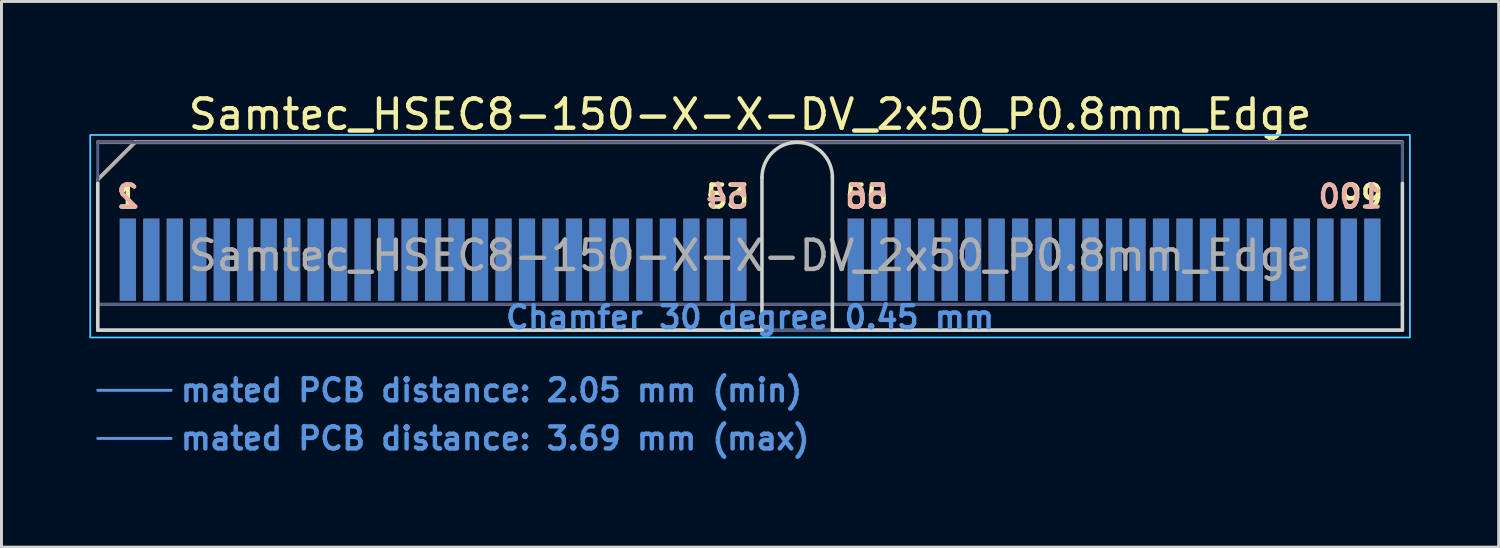
<source format=kicad_pcb>
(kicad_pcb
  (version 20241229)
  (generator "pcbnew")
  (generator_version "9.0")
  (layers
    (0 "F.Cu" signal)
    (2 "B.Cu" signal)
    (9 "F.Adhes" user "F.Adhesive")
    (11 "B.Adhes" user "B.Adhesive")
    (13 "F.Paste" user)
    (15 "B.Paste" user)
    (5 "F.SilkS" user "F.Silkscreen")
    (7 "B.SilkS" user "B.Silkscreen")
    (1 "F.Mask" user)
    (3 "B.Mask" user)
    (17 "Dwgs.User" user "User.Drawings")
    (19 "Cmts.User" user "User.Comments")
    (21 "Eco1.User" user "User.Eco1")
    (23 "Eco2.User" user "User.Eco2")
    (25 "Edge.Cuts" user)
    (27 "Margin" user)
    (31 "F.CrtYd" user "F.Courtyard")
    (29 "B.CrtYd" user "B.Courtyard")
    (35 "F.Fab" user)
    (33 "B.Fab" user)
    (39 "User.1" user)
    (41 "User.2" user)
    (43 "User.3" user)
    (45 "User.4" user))
  (footprint "Samtec_HSEC8-150-X-X-DV_2x50_P0.8mm_Edge"
    (layer "F.Cu")
    (at 22.505 8.198)
    (property "Reference" "Samtec_HSEC8-150-X-X-DV_2x50_P0.8mm_Edge" (at 0 -7.35 0) (layer "F.SilkS") (effects (font (size 1 1) (thickness 0.15))))
    (attr exclude_from_pos_files exclude_from_bom)
    (fp_line (start -22.225 -5.13) (end -20.955 -6.4) (stroke (width 0.12) (type solid)) (layer "F.SilkS"))
    (fp_line (start -20.955 -6.4) (end 22.225 -6.4) (stroke (width 0.12) (type solid)) (layer "F.SilkS"))
    (fp_line (start -22.225 -6.4) (end -22.225 -6.4) (stroke (width 0.12) (type solid)) (layer "B.SilkS"))
    (fp_line (start -22.225 -6.4) (end 22.225 -6.4) (stroke (width 0.12) (type solid)) (layer "B.SilkS"))
    (fp_line (start -22.225 2.05) (end -19.725 2.05) (stroke (width 0.1) (type solid)) (layer "Cmts.User"))
    (fp_line (start -22.225 3.69) (end -19.725 3.69) (stroke (width 0.1) (type solid)) (layer "Cmts.User"))
    (fp_line (start -22.225 -5) (end -22.225 0) (stroke (width 0.12) (type solid)) (layer "Edge.Cuts"))
    (fp_line (start -22.225 0) (end 0.405 0) (stroke (width 0.12) (type solid)) (layer "Edge.Cuts"))
    (fp_line (start 0.405 0) (end 0.405 -5.2) (stroke (width 0.12) (type solid)) (layer "Edge.Cuts"))
    (fp_line (start 2.805 -5.2) (end 2.805 0) (stroke (width 0.12) (type solid)) (layer "Edge.Cuts"))
    (fp_line (start 2.805 0) (end 22.225 0) (stroke (width 0.12) (type solid)) (layer "Edge.Cuts"))
    (fp_line (start 22.225 0) (end 22.225 -5) (stroke (width 0.12) (type solid)) (layer "Edge.Cuts"))
    (fp_arc (start 0.405 -5.2) (mid 1.605 -6.4) (end 2.805 -5.2) (stroke (width 0.12) (type solid)) (layer "Edge.Cuts"))
    (fp_rect (start -22.48 -6.65) (end 22.48 0.25) (stroke (width 0.05) (type solid)) (fill no) (layer "B.CrtYd"))
    (fp_rect (start -22.48 -6.65) (end 22.48 0.25) (stroke (width 0.05) (type solid)) (fill no) (layer "F.CrtYd"))
    (fp_line (start -22.225 -6.4) (end -22.225 -6.4) (stroke (width 0.1) (type solid)) (layer "B.Fab"))
    (fp_line (start -22.225 -6.4) (end -22.225 0) (stroke (width 0.1) (type solid)) (layer "B.Fab"))
    (fp_line (start -22.225 -6.4) (end 22.225 -6.4) (stroke (width 0.1) (type solid)) (layer "B.Fab"))
    (fp_line (start -22.225 -0.88) (end 22.225 -0.88) (stroke (width 0.1) (type solid)) (layer "B.Fab"))
    (fp_line (start -22.225 0) (end 22.225 0) (stroke (width 0.1) (type solid)) (layer "B.Fab"))
    (fp_line (start 22.225 -6.4) (end 22.225 0) (stroke (width 0.1) (type solid)) (layer "B.Fab"))
    (fp_line (start -22.225 -5.13) (end -22.225 0) (stroke (width 0.1) (type solid)) (layer "F.Fab"))
    (fp_line (start -22.225 -5.13) (end -20.955 -6.4) (stroke (width 0.1) (type solid)) (layer "F.Fab"))
    (fp_line (start -22.225 -0.88) (end 22.225 -0.88) (stroke (width 0.1) (type solid)) (layer "F.Fab"))
    (fp_line (start -22.225 0) (end 22.225 0) (stroke (width 0.1) (type solid)) (layer "F.Fab"))
    (fp_line (start -20.955 -6.4) (end 22.225 -6.4) (stroke (width 0.1) (type solid)) (layer "F.Fab"))
    (fp_line (start 22.225 -6.4) (end 22.225 0) (stroke (width 0.1) (type solid)) (layer "F.Fab"))
    (fp_text user "55" (at 3.975 -4.55 0) (layer "F.SilkS") (effects (font (size 0.75 0.75) (thickness 0.15))))
    (fp_text user "99" (at 20.825 -4.55 0) (layer "F.SilkS") (effects (font (size 0.75 0.75) (thickness 0.15))))
    (fp_text user "1" (at -21.2 -4.55 0) (layer "F.SilkS") (effects (font (size 0.75 0.75) (thickness 0.15))))
    (fp_text user "53" (at -0.775 -4.55 0) (layer "F.SilkS") (effects (font (size 0.75 0.75) (thickness 0.15))))
    (fp_text user "54" (at -0.775 -4.55 0) (layer "B.SilkS") (effects (font (size 0.75 0.75) (thickness 0.15)) (justify mirror)))
    (fp_text user "2" (at -21.2 -4.55 0) (layer "B.SilkS") (effects (font (size 0.75 0.75) (thickness 0.15)) (justify mirror)))
    (fp_text user "56" (at 3.975 -4.55 0) (layer "B.SilkS") (effects (font (size 0.75 0.75) (thickness 0.15)) (justify mirror)))
    (fp_text user "100" (at 20.45 -4.55 0) (layer "B.SilkS") (effects (font (size 0.75 0.75) (thickness 0.15)) (justify mirror)))
    (fp_text user "mated PCB distance: 2.05 mm (min)" (at -19.48 2.05 0) (layer "Cmts.User") (effects (font (size 0.75 0.75) (thickness 0.15)) (justify left)))
    (fp_text user "mated PCB distance: 3.69 mm (max)" (at -19.48 3.69 0) (layer "Cmts.User") (effects (font (size 0.75 0.75) (thickness 0.15)) (justify left)))
    (fp_text user "Chamfer 30 degree 0.45 mm" (at 0 -0.44 0) (layer "Cmts.User") (effects (font (size 0.75 0.75) (thickness 0.15))))
    (fp_text user "${REFERENCE}" (at 0 -2.54 0) (layer "F.Fab") (effects (font (size 1 1) (thickness 0.15))))
    (pad "1" connect rect (at -21.2 -2.4) (size 0.55 2.8) (layers "F.Cu" "F.Mask"))
    (pad "2" connect rect (at -21.2 -2.4) (size 0.55 2.8) (layers "B.Cu" "B.Mask"))
    (pad "3" connect rect (at -20.4 -2.4) (size 0.55 2.8) (layers "F.Cu" "F.Mask"))
    (pad "4" connect rect (at -20.4 -2.4) (size 0.55 2.8) (layers "B.Cu" "B.Mask"))
    (pad "5" connect rect (at -19.6 -2.4) (size 0.55 2.8) (layers "F.Cu" "F.Mask"))
    (pad "6" connect rect (at -19.6 -2.4) (size 0.55 2.8) (layers "B.Cu" "B.Mask"))
    (pad "7" connect rect (at -18.8 -2.4) (size 0.55 2.8) (layers "F.Cu" "F.Mask"))
    (pad "8" connect rect (at -18.8 -2.4) (size 0.55 2.8) (layers "B.Cu" "B.Mask"))
    (pad "9" connect rect (at -18 -2.4) (size 0.55 2.8) (layers "F.Cu" "F.Mask"))
    (pad "10" connect rect (at -18 -2.4) (size 0.55 2.8) (layers "B.Cu" "B.Mask"))
    (pad "11" connect rect (at -17.2 -2.4) (size 0.55 2.8) (layers "F.Cu" "F.Mask"))
    (pad "12" connect rect (at -17.2 -2.4) (size 0.55 2.8) (layers "B.Cu" "B.Mask"))
    (pad "13" connect rect (at -16.4 -2.4) (size 0.55 2.8) (layers "F.Cu" "F.Mask"))
    (pad "14" connect rect (at -16.4 -2.4) (size 0.55 2.8) (layers "B.Cu" "B.Mask"))
    (pad "15" connect rect (at -15.6 -2.4) (size 0.55 2.8) (layers "F.Cu" "F.Mask"))
    (pad "16" connect rect (at -15.6 -2.4) (size 0.55 2.8) (layers "B.Cu" "B.Mask"))
    (pad "17" connect rect (at -14.8 -2.4) (size 0.55 2.8) (layers "F.Cu" "F.Mask"))
    (pad "18" connect rect (at -14.8 -2.4) (size 0.55 2.8) (layers "B.Cu" "B.Mask"))
    (pad "19" connect rect (at -14 -2.4) (size 0.55 2.8) (layers "F.Cu" "F.Mask"))
    (pad "20" connect rect (at -14 -2.4) (size 0.55 2.8) (layers "B.Cu" "B.Mask"))
    (pad "21" connect rect (at -13.2 -2.4) (size 0.55 2.8) (layers "F.Cu" "F.Mask"))
    (pad "22" connect rect (at -13.2 -2.4) (size 0.55 2.8) (layers "B.Cu" "B.Mask"))
    (pad "23" connect rect (at -12.4 -2.4) (size 0.55 2.8) (layers "F.Cu" "F.Mask"))
    (pad "24" connect rect (at -12.4 -2.4) (size 0.55 2.8) (layers "B.Cu" "B.Mask"))
    (pad "25" connect rect (at -11.6 -2.4) (size 0.55 2.8) (layers "F.Cu" "F.Mask"))
    (pad "26" connect rect (at -11.6 -2.4) (size 0.55 2.8) (layers "B.Cu" "B.Mask"))
    (pad "27" connect rect (at -10.8 -2.4) (size 0.55 2.8) (layers "F.Cu" "F.Mask"))
    (pad "28" connect rect (at -10.8 -2.4) (size 0.55 2.8) (layers "B.Cu" "B.Mask"))
    (pad "29" connect rect (at -10 -2.4) (size 0.55 2.8) (layers "F.Cu" "F.Mask"))
    (pad "30" connect rect (at -10 -2.4) (size 0.55 2.8) (layers "B.Cu" "B.Mask"))
    (pad "31" connect rect (at -9.2 -2.4) (size 0.55 2.8) (layers "F.Cu" "F.Mask"))
    (pad "32" connect rect (at -9.2 -2.4) (size 0.55 2.8) (layers "B.Cu" "B.Mask"))
    (pad "33" connect rect (at -8.4 -2.4) (size 0.55 2.8) (layers "F.Cu" "F.Mask"))
    (pad "34" connect rect (at -8.4 -2.4) (size 0.55 2.8) (layers "B.Cu" "B.Mask"))
    (pad "35" connect rect (at -7.6 -2.4) (size 0.55 2.8) (layers "F.Cu" "F.Mask"))
    (pad "36" connect rect (at -7.6 -2.4) (size 0.55 2.8) (layers "B.Cu" "B.Mask"))
    (pad "37" connect rect (at -6.8 -2.4) (size 0.55 2.8) (layers "F.Cu" "F.Mask"))
    (pad "38" connect rect (at -6.8 -2.4) (size 0.55 2.8) (layers "B.Cu" "B.Mask"))
    (pad "39" connect rect (at -6 -2.4) (size 0.55 2.8) (layers "F.Cu" "F.Mask"))
    (pad "40" connect rect (at -6 -2.4) (size 0.55 2.8) (layers "B.Cu" "B.Mask"))
    (pad "41" connect rect (at -5.2 -2.4) (size 0.55 2.8) (layers "F.Cu" "F.Mask"))
    (pad "42" connect rect (at -5.2 -2.4) (size 0.55 2.8) (layers "B.Cu" "B.Mask"))
    (pad "43" connect rect (at -4.4 -2.4) (size 0.55 2.8) (layers "F.Cu" "F.Mask"))
    (pad "44" connect rect (at -4.4 -2.4) (size 0.55 2.8) (layers "B.Cu" "B.Mask"))
    (pad "45" connect rect (at -3.6 -2.4) (size 0.55 2.8) (layers "F.Cu" "F.Mask"))
    (pad "46" connect rect (at -3.6 -2.4) (size 0.55 2.8) (layers "B.Cu" "B.Mask"))
    (pad "47" connect rect (at -2.8 -2.4) (size 0.55 2.8) (layers "F.Cu" "F.Mask"))
    (pad "48" connect rect (at -2.8 -2.4) (size 0.55 2.8) (layers "B.Cu" "B.Mask"))
    (pad "49" connect rect (at -2 -2.4) (size 0.55 2.8) (layers "F.Cu" "F.Mask"))
    (pad "50" connect rect (at -2 -2.4) (size 0.55 2.8) (layers "B.Cu" "B.Mask"))
    (pad "51" connect rect (at -1.2 -2.4) (size 0.55 2.8) (layers "F.Cu" "F.Mask"))
    (pad "52" connect rect (at -1.2 -2.4) (size 0.55 2.8) (layers "B.Cu" "B.Mask"))
    (pad "53" connect rect (at -0.4 -2.4) (size 0.55 2.8) (layers "F.Cu" "F.Mask"))
    (pad "54" connect rect (at -0.4 -2.4) (size 0.55 2.8) (layers "B.Cu" "B.Mask"))
    (pad "55" connect rect (at 3.6 -2.4) (size 0.55 2.8) (layers "F.Cu" "F.Mask"))
    (pad "56" connect rect (at 3.6 -2.4) (size 0.55 2.8) (layers "B.Cu" "B.Mask"))
    (pad "57" connect rect (at 4.4 -2.4) (size 0.55 2.8) (layers "F.Cu" "F.Mask"))
    (pad "58" connect rect (at 4.4 -2.4) (size 0.55 2.8) (layers "B.Cu" "B.Mask"))
    (pad "59" connect rect (at 5.2 -2.4) (size 0.55 2.8) (layers "F.Cu" "F.Mask"))
    (pad "60" connect rect (at 5.2 -2.4) (size 0.55 2.8) (layers "B.Cu" "B.Mask"))
    (pad "61" connect rect (at 6 -2.4) (size 0.55 2.8) (layers "F.Cu" "F.Mask"))
    (pad "62" connect rect (at 6 -2.4) (size 0.55 2.8) (layers "B.Cu" "B.Mask"))
    (pad "63" connect rect (at 6.8 -2.4) (size 0.55 2.8) (layers "F.Cu" "F.Mask"))
    (pad "64" connect rect (at 6.8 -2.4) (size 0.55 2.8) (layers "B.Cu" "B.Mask"))
    (pad "65" connect rect (at 7.6 -2.4) (size 0.55 2.8) (layers "F.Cu" "F.Mask"))
    (pad "66" connect rect (at 7.6 -2.4) (size 0.55 2.8) (layers "B.Cu" "B.Mask"))
    (pad "67" connect rect (at 8.4 -2.4) (size 0.55 2.8) (layers "F.Cu" "F.Mask"))
    (pad "68" connect rect (at 8.4 -2.4) (size 0.55 2.8) (layers "B.Cu" "B.Mask"))
    (pad "69" connect rect (at 9.2 -2.4) (size 0.55 2.8) (layers "F.Cu" "F.Mask"))
    (pad "70" connect rect (at 9.2 -2.4) (size 0.55 2.8) (layers "B.Cu" "B.Mask"))
    (pad "71" connect rect (at 10 -2.4) (size 0.55 2.8) (layers "F.Cu" "F.Mask"))
    (pad "72" connect rect (at 10 -2.4) (size 0.55 2.8) (layers "B.Cu" "B.Mask"))
    (pad "73" connect rect (at 10.8 -2.4) (size 0.55 2.8) (layers "F.Cu" "F.Mask"))
    (pad "74" connect rect (at 10.8 -2.4) (size 0.55 2.8) (layers "B.Cu" "B.Mask"))
    (pad "75" connect rect (at 11.6 -2.4) (size 0.55 2.8) (layers "F.Cu" "F.Mask"))
    (pad "76" connect rect (at 11.6 -2.4) (size 0.55 2.8) (layers "B.Cu" "B.Mask"))
    (pad "77" connect rect (at 12.4 -2.4) (size 0.55 2.8) (layers "F.Cu" "F.Mask"))
    (pad "78" connect rect (at 12.4 -2.4) (size 0.55 2.8) (layers "B.Cu" "B.Mask"))
    (pad "79" connect rect (at 13.2 -2.4) (size 0.55 2.8) (layers "F.Cu" "F.Mask"))
    (pad "80" connect rect (at 13.2 -2.4) (size 0.55 2.8) (layers "B.Cu" "B.Mask"))
    (pad "81" connect rect (at 14 -2.4) (size 0.55 2.8) (layers "F.Cu" "F.Mask"))
    (pad "82" connect rect (at 14 -2.4) (size 0.55 2.8) (layers "B.Cu" "B.Mask"))
    (pad "83" connect rect (at 14.8 -2.4) (size 0.55 2.8) (layers "F.Cu" "F.Mask"))
    (pad "84" connect rect (at 14.8 -2.4) (size 0.55 2.8) (layers "B.Cu" "B.Mask"))
    (pad "85" connect rect (at 15.6 -2.4) (size 0.55 2.8) (layers "F.Cu" "F.Mask"))
    (pad "86" connect rect (at 15.6 -2.4) (size 0.55 2.8) (layers "B.Cu" "B.Mask"))
    (pad "87" connect rect (at 16.4 -2.4) (size 0.55 2.8) (layers "F.Cu" "F.Mask"))
    (pad "88" connect rect (at 16.4 -2.4) (size 0.55 2.8) (layers "B.Cu" "B.Mask"))
    (pad "89" connect rect (at 17.2 -2.4) (size 0.55 2.8) (layers "F.Cu" "F.Mask"))
    (pad "90" connect rect (at 17.2 -2.4) (size 0.55 2.8) (layers "B.Cu" "B.Mask"))
    (pad "91" connect rect (at 18 -2.4) (size 0.55 2.8) (layers "F.Cu" "F.Mask"))
    (pad "92" connect rect (at 18 -2.4) (size 0.55 2.8) (layers "B.Cu" "B.Mask"))
    (pad "93" connect rect (at 18.8 -2.4) (size 0.55 2.8) (layers "F.Cu" "F.Mask"))
    (pad "94" connect rect (at 18.8 -2.4) (size 0.55 2.8) (layers "B.Cu" "B.Mask"))
    (pad "95" connect rect (at 19.6 -2.4) (size 0.55 2.8) (layers "F.Cu" "F.Mask"))
    (pad "96" connect rect (at 19.6 -2.4) (size 0.55 2.8) (layers "B.Cu" "B.Mask"))
    (pad "97" connect rect (at 20.4 -2.4) (size 0.55 2.8) (layers "F.Cu" "F.Mask"))
    (pad "98" connect rect (at 20.4 -2.4) (size 0.55 2.8) (layers "B.Cu" "B.Mask"))
    (pad "99" connect rect (at 21.2 -2.4) (size 0.55 2.8) (layers "F.Cu" "F.Mask"))
    (pad "100" connect rect (at 21.2 -2.4) (size 0.55 2.8) (layers "B.Cu" "B.Mask")))
  (gr_rect
    (start -3 -3)
    (end 48.01 15.59)
    (stroke (width 0.1) (type default))
    (fill no)
    (layer "Edge.Cuts")))
</source>
